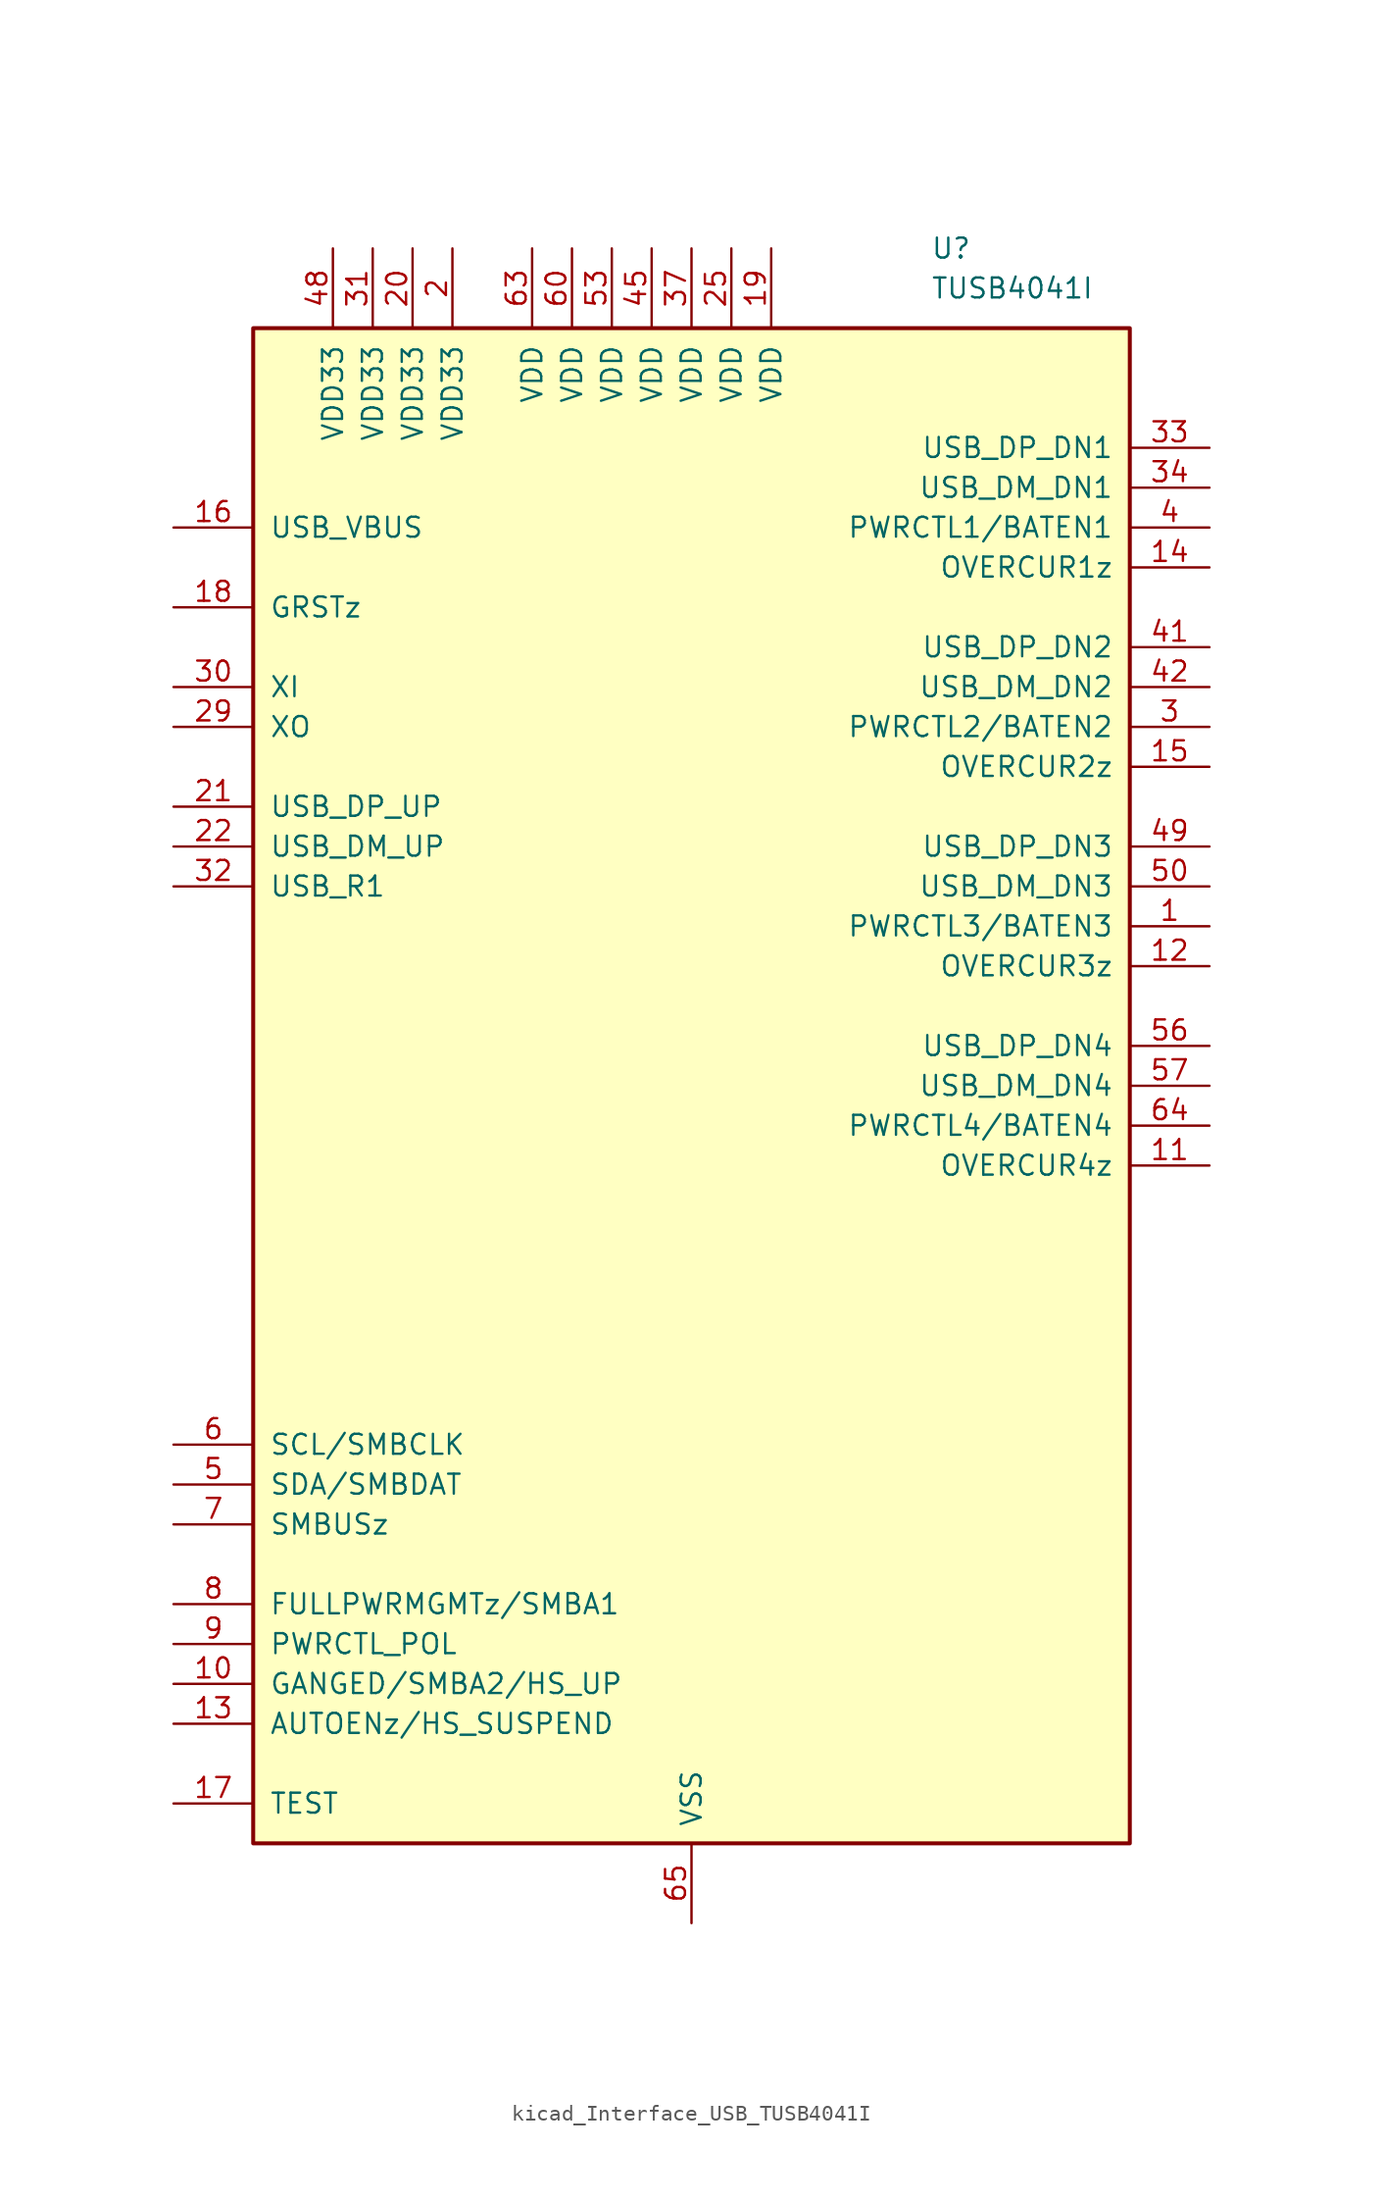
<source format=kicad_sym>
(kicad_symbol_lib
  (version 20220914)
  (generator kicad_symbol_editor)
  (symbol "kicad_Interface_USB_TUSB4041I"
    (pin_names
      (offset 1.016))
    (property "Reference" "U"
      (at 15.24 53.34 0)
      (effects (font (size 1.27 1.27)) (justify left)))
    (property "Value" "TUSB4041I"
      (at 15.24 50.8 0)
      (effects (font (size 1.27 1.27)) (justify left)))
    (symbol "kicad_Interface_USB_TUSB4041I_0_1"
      (rectangle (start -27.94 48.26) (end 27.94 -48.26) (stroke (width 0.254) (type default)) (fill (type background))))
    (symbol "kicad_Interface_USB_TUSB4041I_1_1"
      (pin bidirectional line (at 33.02 10.16 180) (length 5.08) (name "PWRCTL3/BATEN3" (effects (font (size 1.27 1.27)))) (number "1" (effects (font (size 1.27 1.27)))))
      (pin bidirectional line (at -33.02 -38.1 0) (length 5.08) (name "GANGED/SMBA2/HS_UP" (effects (font (size 1.27 1.27)))) (number "10" (effects (font (size 1.27 1.27)))))
      (pin input line (at 33.02 -5.08 180) (length 5.08) (name "OVERCUR4z" (effects (font (size 1.27 1.27)))) (number "11" (effects (font (size 1.27 1.27)))))
      (pin input line (at 33.02 7.62 180) (length 5.08) (name "OVERCUR3z" (effects (font (size 1.27 1.27)))) (number "12" (effects (font (size 1.27 1.27)))))
      (pin bidirectional line (at -33.02 -40.64 0) (length 5.08) (name "AUTOENz/HS_SUSPEND" (effects (font (size 1.27 1.27)))) (number "13" (effects (font (size 1.27 1.27)))))
      (pin input line (at 33.02 33.02 180) (length 5.08) (name "OVERCUR1z" (effects (font (size 1.27 1.27)))) (number "14" (effects (font (size 1.27 1.27)))))
      (pin input line (at 33.02 20.32 180) (length 5.08) (name "OVERCUR2z" (effects (font (size 1.27 1.27)))) (number "15" (effects (font (size 1.27 1.27)))))
      (pin input line (at -33.02 35.56 0) (length 5.08) (name "USB_VBUS" (effects (font (size 1.27 1.27)))) (number "16" (effects (font (size 1.27 1.27)))))
      (pin input line (at -33.02 -45.72 0) (length 5.08) (name "TEST" (effects (font (size 1.27 1.27)))) (number "17" (effects (font (size 1.27 1.27)))))
      (pin input line (at -33.02 30.48 0) (length 5.08) (name "GRSTz" (effects (font (size 1.27 1.27)))) (number "18" (effects (font (size 1.27 1.27)))))
      (pin power_in line (at 5.08 53.34 270) (length 5.08) (name "VDD" (effects (font (size 1.27 1.27)))) (number "19" (effects (font (size 1.27 1.27)))))
      (pin power_in line (at -15.24 53.34 270) (length 5.08) (name "VDD33" (effects (font (size 1.27 1.27)))) (number "2" (effects (font (size 1.27 1.27)))))
      (pin power_in line (at -17.78 53.34 270) (length 5.08) (name "VDD33" (effects (font (size 1.27 1.27)))) (number "20" (effects (font (size 1.27 1.27)))))
      (pin bidirectional line (at -33.02 17.78 0) (length 5.08) (name "USB_DP_UP" (effects (font (size 1.27 1.27)))) (number "21" (effects (font (size 1.27 1.27)))))
      (pin bidirectional line (at -33.02 15.24 0) (length 5.08) (name "USB_DM_UP" (effects (font (size 1.27 1.27)))) (number "22" (effects (font (size 1.27 1.27)))))
      (pin no_connect line (at 27.94 -17.78 180) (length 5.08) hide (name "RSVD" (effects (font (size 1.27 1.27)))) (number "23" (effects (font (size 1.27 1.27)))))
      (pin no_connect line (at 27.94 -20.32 180) (length 5.08) hide (name "RSVD" (effects (font (size 1.27 1.27)))) (number "24" (effects (font (size 1.27 1.27)))))
      (pin power_in line (at 2.54 53.34 270) (length 5.08) (name "VDD" (effects (font (size 1.27 1.27)))) (number "25" (effects (font (size 1.27 1.27)))))
      (pin no_connect line (at 27.94 -22.86 180) (length 5.08) hide (name "RSVD" (effects (font (size 1.27 1.27)))) (number "26" (effects (font (size 1.27 1.27)))))
      (pin no_connect line (at 27.94 -25.4 180) (length 5.08) hide (name "RSVD" (effects (font (size 1.27 1.27)))) (number "27" (effects (font (size 1.27 1.27)))))
      (pin no_connect line (at 27.94 -43.18 180) (length 5.08) hide (name "NC" (effects (font (size 1.27 1.27)))) (number "28" (effects (font (size 1.27 1.27)))))
      (pin output line (at -33.02 22.86 0) (length 5.08) (name "XO" (effects (font (size 1.27 1.27)))) (number "29" (effects (font (size 1.27 1.27)))))
      (pin bidirectional line (at 33.02 22.86 180) (length 5.08) (name "PWRCTL2/BATEN2" (effects (font (size 1.27 1.27)))) (number "3" (effects (font (size 1.27 1.27)))))
      (pin input line (at -33.02 25.4 0) (length 5.08) (name "XI" (effects (font (size 1.27 1.27)))) (number "30" (effects (font (size 1.27 1.27)))))
      (pin power_in line (at -20.32 53.34 270) (length 5.08) (name "VDD33" (effects (font (size 1.27 1.27)))) (number "31" (effects (font (size 1.27 1.27)))))
      (pin input line (at -33.02 12.7 0) (length 5.08) (name "USB_R1" (effects (font (size 1.27 1.27)))) (number "32" (effects (font (size 1.27 1.27)))))
      (pin bidirectional line (at 33.02 40.64 180) (length 5.08) (name "USB_DP_DN1" (effects (font (size 1.27 1.27)))) (number "33" (effects (font (size 1.27 1.27)))))
      (pin bidirectional line (at 33.02 38.1 180) (length 5.08) (name "USB_DM_DN1" (effects (font (size 1.27 1.27)))) (number "34" (effects (font (size 1.27 1.27)))))
      (pin no_connect line (at 27.94 -27.94 180) (length 5.08) hide (name "RSVD" (effects (font (size 1.27 1.27)))) (number "35" (effects (font (size 1.27 1.27)))))
      (pin no_connect line (at 27.94 -30.48 180) (length 5.08) hide (name "RSVD" (effects (font (size 1.27 1.27)))) (number "36" (effects (font (size 1.27 1.27)))))
      (pin power_in line (at 0 53.34 270) (length 5.08) (name "VDD" (effects (font (size 1.27 1.27)))) (number "37" (effects (font (size 1.27 1.27)))))
      (pin no_connect line (at 27.94 -33.02 180) (length 5.08) hide (name "RSVD" (effects (font (size 1.27 1.27)))) (number "38" (effects (font (size 1.27 1.27)))))
      (pin no_connect line (at 27.94 -35.56 180) (length 5.08) hide (name "RSVD" (effects (font (size 1.27 1.27)))) (number "39" (effects (font (size 1.27 1.27)))))
      (pin bidirectional line (at 33.02 35.56 180) (length 5.08) (name "PWRCTL1/BATEN1" (effects (font (size 1.27 1.27)))) (number "4" (effects (font (size 1.27 1.27)))))
      (pin no_connect line (at 27.94 -45.72 180) (length 5.08) hide (name "NC" (effects (font (size 1.27 1.27)))) (number "40" (effects (font (size 1.27 1.27)))))
      (pin bidirectional line (at 33.02 27.94 180) (length 5.08) (name "USB_DP_DN2" (effects (font (size 1.27 1.27)))) (number "41" (effects (font (size 1.27 1.27)))))
      (pin bidirectional line (at 33.02 25.4 180) (length 5.08) (name "USB_DM_DN2" (effects (font (size 1.27 1.27)))) (number "42" (effects (font (size 1.27 1.27)))))
      (pin no_connect line (at 27.94 -38.1 180) (length 5.08) hide (name "RSVD" (effects (font (size 1.27 1.27)))) (number "43" (effects (font (size 1.27 1.27)))))
      (pin no_connect line (at -27.94 7.62 0) (length 5.08) hide (name "RSVD" (effects (font (size 1.27 1.27)))) (number "44" (effects (font (size 1.27 1.27)))))
      (pin power_in line (at -2.54 53.34 270) (length 5.08) (name "VDD" (effects (font (size 1.27 1.27)))) (number "45" (effects (font (size 1.27 1.27)))))
      (pin no_connect line (at -27.94 5.08 0) (length 5.08) hide (name "RSVD" (effects (font (size 1.27 1.27)))) (number "46" (effects (font (size 1.27 1.27)))))
      (pin no_connect line (at -27.94 2.54 0) (length 5.08) hide (name "RSVD" (effects (font (size 1.27 1.27)))) (number "47" (effects (font (size 1.27 1.27)))))
      (pin power_in line (at -22.86 53.34 270) (length 5.08) (name "VDD33" (effects (font (size 1.27 1.27)))) (number "48" (effects (font (size 1.27 1.27)))))
      (pin bidirectional line (at 33.02 15.24 180) (length 5.08) (name "USB_DP_DN3" (effects (font (size 1.27 1.27)))) (number "49" (effects (font (size 1.27 1.27)))))
      (pin bidirectional line (at -33.02 -25.4 0) (length 5.08) (name "SDA/SMBDAT" (effects (font (size 1.27 1.27)))) (number "5" (effects (font (size 1.27 1.27)))))
      (pin bidirectional line (at 33.02 12.7 180) (length 5.08) (name "USB_DM_DN3" (effects (font (size 1.27 1.27)))) (number "50" (effects (font (size 1.27 1.27)))))
      (pin no_connect line (at -27.94 0 0) (length 5.08) hide (name "RSVD" (effects (font (size 1.27 1.27)))) (number "51" (effects (font (size 1.27 1.27)))))
      (pin no_connect line (at -27.94 -2.54 0) (length 5.08) hide (name "RSVD" (effects (font (size 1.27 1.27)))) (number "52" (effects (font (size 1.27 1.27)))))
      (pin power_in line (at -5.08 53.34 270) (length 5.08) (name "VDD" (effects (font (size 1.27 1.27)))) (number "53" (effects (font (size 1.27 1.27)))))
      (pin no_connect line (at -27.94 -5.08 0) (length 5.08) hide (name "RSVD" (effects (font (size 1.27 1.27)))) (number "54" (effects (font (size 1.27 1.27)))))
      (pin no_connect line (at -27.94 -7.62 0) (length 5.08) hide (name "RSVD" (effects (font (size 1.27 1.27)))) (number "55" (effects (font (size 1.27 1.27)))))
      (pin bidirectional line (at 33.02 2.54 180) (length 5.08) (name "USB_DP_DN4" (effects (font (size 1.27 1.27)))) (number "56" (effects (font (size 1.27 1.27)))))
      (pin bidirectional line (at 33.02 0 180) (length 5.08) (name "USB_DM_DN4" (effects (font (size 1.27 1.27)))) (number "57" (effects (font (size 1.27 1.27)))))
      (pin no_connect line (at -27.94 -10.16 0) (length 5.08) hide (name "RSVD" (effects (font (size 1.27 1.27)))) (number "58" (effects (font (size 1.27 1.27)))))
      (pin no_connect line (at -27.94 -12.7 0) (length 5.08) hide (name "RSVD" (effects (font (size 1.27 1.27)))) (number "59" (effects (font (size 1.27 1.27)))))
      (pin bidirectional line (at -33.02 -22.86 0) (length 5.08) (name "SCL/SMBCLK" (effects (font (size 1.27 1.27)))) (number "6" (effects (font (size 1.27 1.27)))))
      (pin power_in line (at -7.62 53.34 270) (length 5.08) (name "VDD" (effects (font (size 1.27 1.27)))) (number "60" (effects (font (size 1.27 1.27)))))
      (pin no_connect line (at -27.94 -15.24 0) (length 5.08) hide (name "RSVD" (effects (font (size 1.27 1.27)))) (number "61" (effects (font (size 1.27 1.27)))))
      (pin no_connect line (at -27.94 -17.78 0) (length 5.08) hide (name "RSVD" (effects (font (size 1.27 1.27)))) (number "62" (effects (font (size 1.27 1.27)))))
      (pin power_in line (at -10.16 53.34 270) (length 5.08) (name "VDD" (effects (font (size 1.27 1.27)))) (number "63" (effects (font (size 1.27 1.27)))))
      (pin bidirectional line (at 33.02 -2.54 180) (length 5.08) (name "PWRCTL4/BATEN4" (effects (font (size 1.27 1.27)))) (number "64" (effects (font (size 1.27 1.27)))))
      (pin power_in line (at 0 -53.34 90) (length 5.08) (name "VSS" (effects (font (size 1.27 1.27)))) (number "65" (effects (font (size 1.27 1.27)))))
      (pin bidirectional line (at -33.02 -27.94 0) (length 5.08) (name "SMBUSz" (effects (font (size 1.27 1.27)))) (number "7" (effects (font (size 1.27 1.27)))))
      (pin bidirectional line (at -33.02 -33.02 0) (length 5.08) (name "FULLPWRMGMTz/SMBA1" (effects (font (size 1.27 1.27)))) (number "8" (effects (font (size 1.27 1.27)))))
      (pin bidirectional line (at -33.02 -35.56 0) (length 5.08) (name "PWRCTL_POL" (effects (font (size 1.27 1.27)))) (number "9" (effects (font (size 1.27 1.27))))))))
</source>
